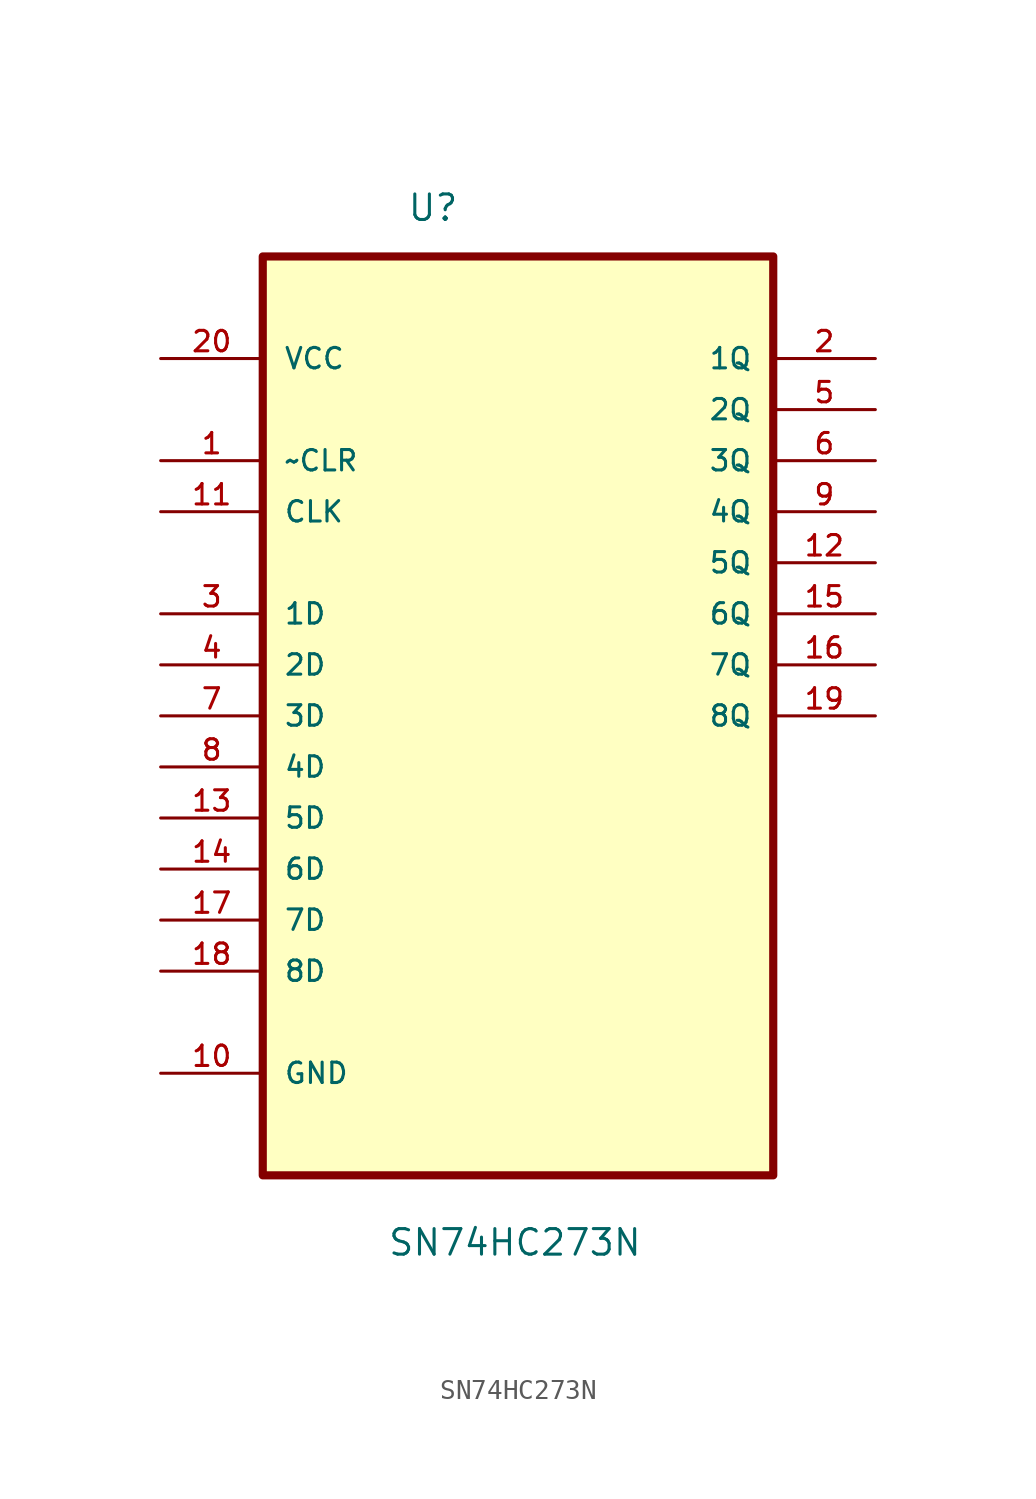
<source format=kicad_sym>
(kicad_symbol_lib
  (version 20211014)
  (generator kicad_symbol_editor)
  (symbol "SN74HC273N"
    (pin_names
      (offset 1.016))
    (property "Reference" "U"
      (at -5.537 21.997 0.0)
      (effects (font (size 1.27 1.27)) (justify bottom left)))
    (property "Value" "SN74HC273N"
      (at -6.513 -29.484 0.0)
      (effects (font (size 1.27 1.27)) (justify bottom left)))
    (symbol "SN74HC273N_0_0"
      (rectangle (start -12.7 -25.4) (end 12.7 20.32) (stroke (width 0.406)) (fill (type background)))
      (pin power_in line (at -17.78 15.24 0) (length 5.08) (name "VCC" (effects (font (size 1.016 1.016)))) (number "20" (effects (font (size 1.016 1.016)))))
      (pin input line (at -17.78 10.16 0) (length 5.08) (name "~CLR" (effects (font (size 1.016 1.016)))) (number "1" (effects (font (size 1.016 1.016)))))
      (pin input line (at -17.78 7.62 0) (length 5.08) (name "CLK" (effects (font (size 1.016 1.016)))) (number "11" (effects (font (size 1.016 1.016)))))
      (pin input line (at -17.78 2.54 0) (length 5.08) (name "1D" (effects (font (size 1.016 1.016)))) (number "3" (effects (font (size 1.016 1.016)))))
      (pin input line (at -17.78 0.0 0) (length 5.08) (name "2D" (effects (font (size 1.016 1.016)))) (number "4" (effects (font (size 1.016 1.016)))))
      (pin input line (at -17.78 -2.54 0) (length 5.08) (name "3D" (effects (font (size 1.016 1.016)))) (number "7" (effects (font (size 1.016 1.016)))))
      (pin input line (at -17.78 -5.08 0) (length 5.08) (name "4D" (effects (font (size 1.016 1.016)))) (number "8" (effects (font (size 1.016 1.016)))))
      (pin input line (at -17.78 -7.62 0) (length 5.08) (name "5D" (effects (font (size 1.016 1.016)))) (number "13" (effects (font (size 1.016 1.016)))))
      (pin input line (at -17.78 -10.16 0) (length 5.08) (name "6D" (effects (font (size 1.016 1.016)))) (number "14" (effects (font (size 1.016 1.016)))))
      (pin input line (at -17.78 -12.7 0) (length 5.08) (name "7D" (effects (font (size 1.016 1.016)))) (number "17" (effects (font (size 1.016 1.016)))))
      (pin input line (at -17.78 -15.24 0) (length 5.08) (name "8D" (effects (font (size 1.016 1.016)))) (number "18" (effects (font (size 1.016 1.016)))))
      (pin passive line (at -17.78 -20.32 0) (length 5.08) (name "GND" (effects (font (size 1.016 1.016)))) (number "10" (effects (font (size 1.016 1.016)))))
      (pin output line (at 17.78 15.24 180.0) (length 5.08) (name "1Q" (effects (font (size 1.016 1.016)))) (number "2" (effects (font (size 1.016 1.016)))))
      (pin output line (at 17.78 12.7 180.0) (length 5.08) (name "2Q" (effects (font (size 1.016 1.016)))) (number "5" (effects (font (size 1.016 1.016)))))
      (pin output line (at 17.78 10.16 180.0) (length 5.08) (name "3Q" (effects (font (size 1.016 1.016)))) (number "6" (effects (font (size 1.016 1.016)))))
      (pin output line (at 17.78 7.62 180.0) (length 5.08) (name "4Q" (effects (font (size 1.016 1.016)))) (number "9" (effects (font (size 1.016 1.016)))))
      (pin output line (at 17.78 5.08 180.0) (length 5.08) (name "5Q" (effects (font (size 1.016 1.016)))) (number "12" (effects (font (size 1.016 1.016)))))
      (pin output line (at 17.78 2.54 180.0) (length 5.08) (name "6Q" (effects (font (size 1.016 1.016)))) (number "15" (effects (font (size 1.016 1.016)))))
      (pin output line (at 17.78 0.0 180.0) (length 5.08) (name "7Q" (effects (font (size 1.016 1.016)))) (number "16" (effects (font (size 1.016 1.016)))))
      (pin output line (at 17.78 -2.54 180.0) (length 5.08) (name "8Q" (effects (font (size 1.016 1.016)))) (number "19" (effects (font (size 1.016 1.016))))))))
</source>
